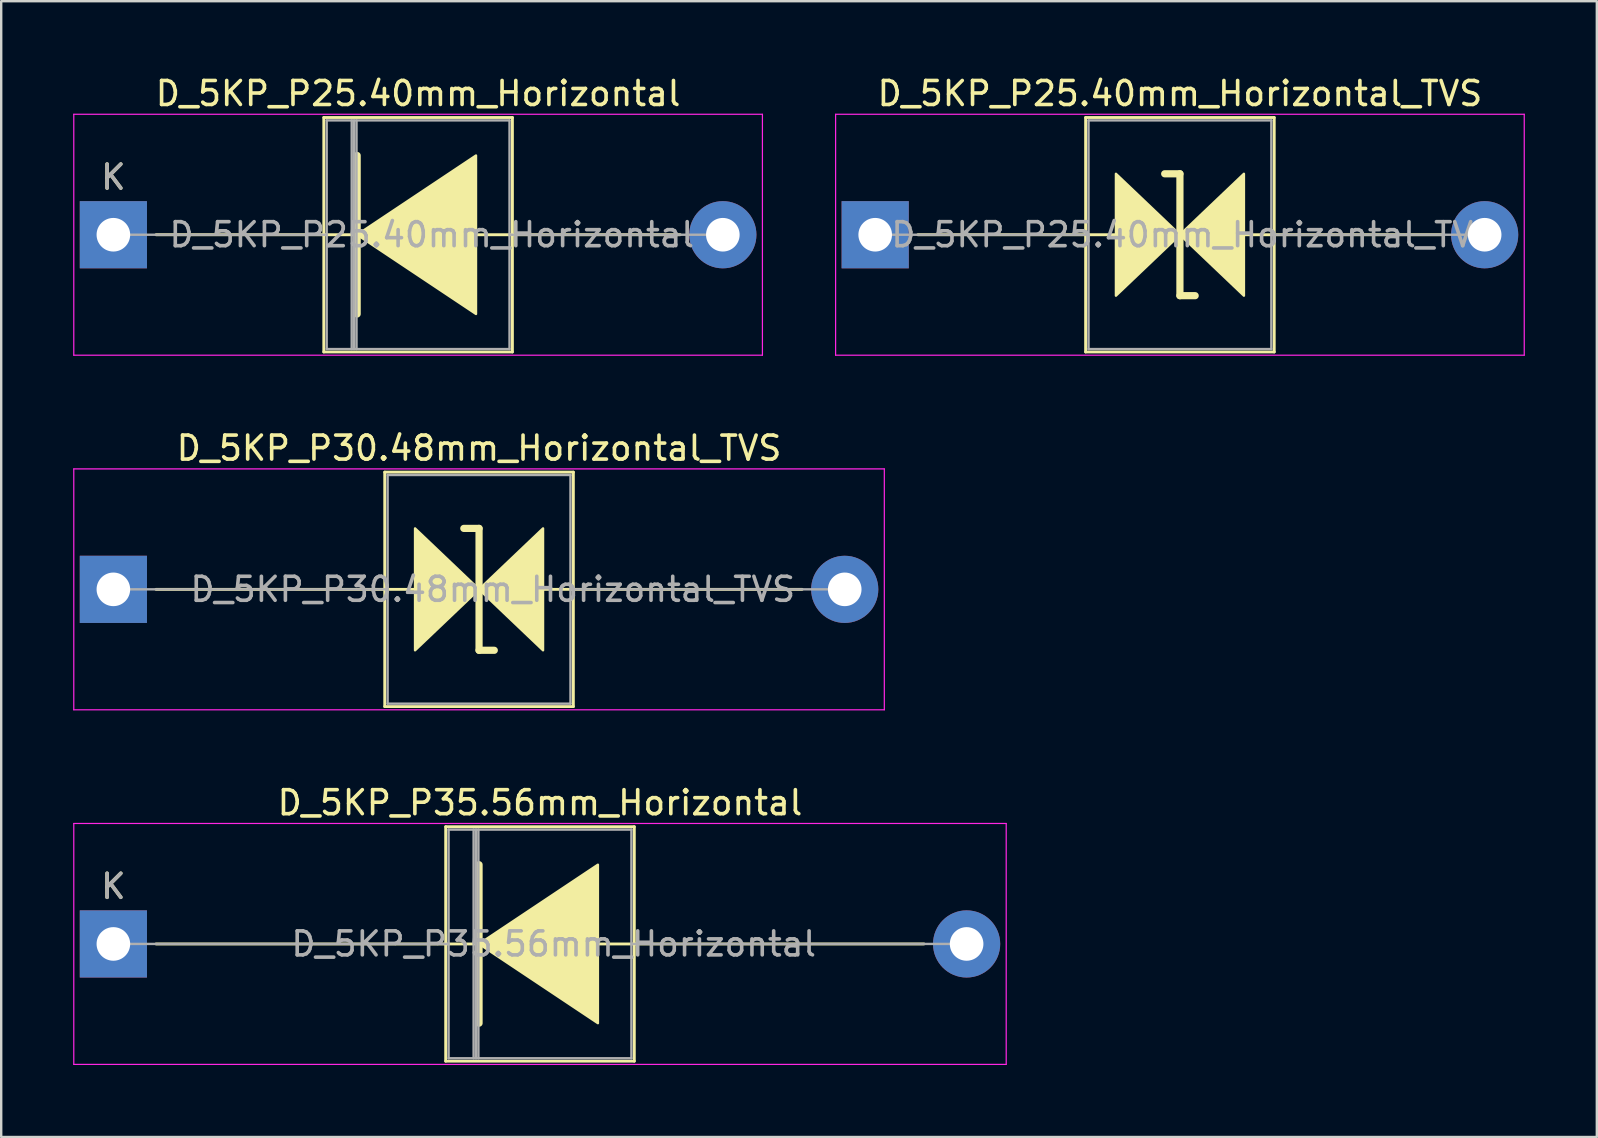
<source format=kicad_pcb>
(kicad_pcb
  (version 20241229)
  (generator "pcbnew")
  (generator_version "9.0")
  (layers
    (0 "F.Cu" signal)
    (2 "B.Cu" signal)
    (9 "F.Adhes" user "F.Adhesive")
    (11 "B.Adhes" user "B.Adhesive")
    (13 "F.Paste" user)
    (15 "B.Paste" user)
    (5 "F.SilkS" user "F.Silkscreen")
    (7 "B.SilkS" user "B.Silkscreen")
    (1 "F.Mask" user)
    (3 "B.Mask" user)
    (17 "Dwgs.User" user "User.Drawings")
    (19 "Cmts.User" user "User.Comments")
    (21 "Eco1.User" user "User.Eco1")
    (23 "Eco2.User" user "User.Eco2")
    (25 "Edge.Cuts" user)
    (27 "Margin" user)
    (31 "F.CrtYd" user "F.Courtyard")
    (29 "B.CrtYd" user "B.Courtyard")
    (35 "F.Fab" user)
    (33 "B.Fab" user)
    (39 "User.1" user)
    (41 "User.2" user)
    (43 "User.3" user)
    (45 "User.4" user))
  (footprint "D_5KP_P25.40mm_Horizontal"
    (layer "F.Cu")
    (at 1.675 6.733)
    (property "Reference" "D_5KP_P25.40mm_Horizontal" (at 12.7 -5.885 0) (layer "F.SilkS") (effects (font (size 1 1) (thickness 0.15))))
    (attr through_hole)
    (fp_line (start 1.778 0) (end 10.033 0) (stroke (width 0.12) (type solid)) (layer "F.SilkS"))
    (fp_line (start 8.77 -4.885) (end 8.77 4.885) (stroke (width 0.12) (type solid)) (layer "F.SilkS"))
    (fp_line (start 8.77 4.885) (end 16.63 4.885) (stroke (width 0.12) (type solid)) (layer "F.SilkS"))
    (fp_line (start 10.16 -3.302) (end 10.16 3.302) (stroke (width 0.3) (type solid)) (layer "F.SilkS"))
    (fp_line (start 16.63 -4.885) (end 8.77 -4.885) (stroke (width 0.12) (type solid)) (layer "F.SilkS"))
    (fp_line (start 16.63 4.885) (end 16.63 -4.885) (stroke (width 0.12) (type solid)) (layer "F.SilkS"))
    (fp_line (start 23.622 0) (end 15.15 0) (stroke (width 0.12) (type solid)) (layer "F.SilkS"))
    (fp_poly (pts (xy 15.113 3.302) (xy 10.16 0) (xy 15.113 -3.302)) (stroke (width 0.1) (type solid)) (fill yes) (layer "F.SilkS"))
    (fp_line (start -1.65 -5.02) (end -1.65 5.02) (stroke (width 0.05) (type solid)) (layer "F.CrtYd"))
    (fp_line (start -1.65 5.02) (end 27.05 5.02) (stroke (width 0.05) (type solid)) (layer "F.CrtYd"))
    (fp_line (start 27.05 -5.02) (end -1.65 -5.02) (stroke (width 0.05) (type solid)) (layer "F.CrtYd"))
    (fp_line (start 27.05 5.02) (end 27.05 -5.02) (stroke (width 0.05) (type solid)) (layer "F.CrtYd"))
    (fp_line (start 0 0) (end 8.89 0) (stroke (width 0.1) (type solid)) (layer "F.Fab"))
    (fp_line (start 8.89 -4.765) (end 8.89 4.765) (stroke (width 0.1) (type solid)) (layer "F.Fab"))
    (fp_line (start 8.89 4.765) (end 16.51 4.765) (stroke (width 0.1) (type solid)) (layer "F.Fab"))
    (fp_line (start 9.933 -4.765) (end 9.933 4.765) (stroke (width 0.1) (type solid)) (layer "F.Fab"))
    (fp_line (start 10.033 -4.765) (end 10.033 4.765) (stroke (width 0.1) (type solid)) (layer "F.Fab"))
    (fp_line (start 10.133 -4.765) (end 10.133 4.765) (stroke (width 0.1) (type solid)) (layer "F.Fab"))
    (fp_line (start 16.51 -4.765) (end 8.89 -4.765) (stroke (width 0.1) (type solid)) (layer "F.Fab"))
    (fp_line (start 16.51 4.765) (end 16.51 -4.765) (stroke (width 0.1) (type solid)) (layer "F.Fab"))
    (fp_line (start 25.4 0) (end 16.51 0) (stroke (width 0.1) (type solid)) (layer "F.Fab"))
    (fp_text user "K" (at 0 -2.4 0) (layer "F.SilkS") (effects (font (size 1 1) (thickness 0.15))))
    (fp_text user "K" (at 0 -2.4 0) (layer "F.Fab") (effects (font (size 1 1) (thickness 0.15))))
    (fp_text user "${REFERENCE}" (at 13.271 0 0) (layer "F.Fab") (effects (font (size 1 1) (thickness 0.15))))
    (pad "1" thru_hole rect (at 0 0) (size 2.8 2.8) (drill 1.4) (layers "*.Cu" "*.Mask"))
    (pad "2" thru_hole oval (at 25.4 0) (size 2.8 2.8) (drill 1.4) (layers "*.Cu" "*.Mask")))
  (footprint "D_5KP_P35.56mm_Horizontal"
    (layer "F.Cu")
    (at 1.675 36.29)
    (property "Reference" "D_5KP_P35.56mm_Horizontal" (at 17.78 -5.885 0) (layer "F.SilkS") (effects (font (size 1 1) (thickness 0.15))))
    (attr through_hole)
    (fp_line (start 1.778 0) (end 15.113 0) (stroke (width 0.12) (type solid)) (layer "F.SilkS"))
    (fp_line (start 13.85 -4.885) (end 13.85 4.885) (stroke (width 0.12) (type solid)) (layer "F.SilkS"))
    (fp_line (start 13.85 4.885) (end 21.71 4.885) (stroke (width 0.12) (type solid)) (layer "F.SilkS"))
    (fp_line (start 15.24 -3.302) (end 15.24 3.302) (stroke (width 0.3) (type solid)) (layer "F.SilkS"))
    (fp_line (start 21.71 -4.885) (end 13.85 -4.885) (stroke (width 0.12) (type solid)) (layer "F.SilkS"))
    (fp_line (start 21.71 4.885) (end 21.71 -4.885) (stroke (width 0.12) (type solid)) (layer "F.SilkS"))
    (fp_line (start 33.782 0) (end 20.23 0) (stroke (width 0.12) (type solid)) (layer "F.SilkS"))
    (fp_poly (pts (xy 20.193 3.302) (xy 15.24 0) (xy 20.193 -3.302)) (stroke (width 0.1) (type solid)) (fill yes) (layer "F.SilkS"))
    (fp_line (start -1.65 -5.02) (end -1.65 5.02) (stroke (width 0.05) (type solid)) (layer "F.CrtYd"))
    (fp_line (start -1.65 5.02) (end 37.21 5.02) (stroke (width 0.05) (type solid)) (layer "F.CrtYd"))
    (fp_line (start 37.21 -5.02) (end -1.65 -5.02) (stroke (width 0.05) (type solid)) (layer "F.CrtYd"))
    (fp_line (start 37.21 5.02) (end 37.21 -5.02) (stroke (width 0.05) (type solid)) (layer "F.CrtYd"))
    (fp_line (start 0 0) (end 13.97 0) (stroke (width 0.1) (type solid)) (layer "F.Fab"))
    (fp_line (start 13.97 -4.765) (end 13.97 4.765) (stroke (width 0.1) (type solid)) (layer "F.Fab"))
    (fp_line (start 13.97 4.765) (end 21.59 4.765) (stroke (width 0.1) (type solid)) (layer "F.Fab"))
    (fp_line (start 15.013 -4.765) (end 15.013 4.765) (stroke (width 0.1) (type solid)) (layer "F.Fab"))
    (fp_line (start 15.113 -4.765) (end 15.113 4.765) (stroke (width 0.1) (type solid)) (layer "F.Fab"))
    (fp_line (start 15.213 -4.765) (end 15.213 4.765) (stroke (width 0.1) (type solid)) (layer "F.Fab"))
    (fp_line (start 21.59 -4.765) (end 13.97 -4.765) (stroke (width 0.1) (type solid)) (layer "F.Fab"))
    (fp_line (start 21.59 4.765) (end 21.59 -4.765) (stroke (width 0.1) (type solid)) (layer "F.Fab"))
    (fp_line (start 35.56 0) (end 21.59 0) (stroke (width 0.1) (type solid)) (layer "F.Fab"))
    (fp_text user "K" (at 0 -2.4 0) (layer "F.SilkS") (effects (font (size 1 1) (thickness 0.15))))
    (fp_text user "K" (at 0 -2.4 0) (layer "F.Fab") (effects (font (size 1 1) (thickness 0.15))))
    (fp_text user "${REFERENCE}" (at 18.352 0 0) (layer "F.Fab") (effects (font (size 1 1) (thickness 0.15))))
    (pad "1" thru_hole rect (at 0 0) (size 2.8 2.8) (drill 1.4) (layers "*.Cu" "*.Mask"))
    (pad "2" thru_hole oval (at 35.56 0) (size 2.8 2.8) (drill 1.4) (layers "*.Cu" "*.Mask")))
  (footprint "D_5KP_P30.48mm_Horizontal_TVS"
    (layer "F.Cu")
    (at 1.675 21.512)
    (property "Reference" "D_5KP_P30.48mm_Horizontal_TVS" (at 15.24 -5.885 0) (layer "F.SilkS") (effects (font (size 1 1) (thickness 0.15))))
    (attr through_hole)
    (fp_line (start 1.778 0) (end 12.573 0) (stroke (width 0.12) (type solid)) (layer "F.SilkS"))
    (fp_line (start 11.31 -4.885) (end 11.31 4.885) (stroke (width 0.12) (type solid)) (layer "F.SilkS"))
    (fp_line (start 11.31 4.885) (end 19.17 4.885) (stroke (width 0.12) (type solid)) (layer "F.SilkS"))
    (fp_line (start 15.24 -2.54) (end 14.605 -2.54) (stroke (width 0.3) (type solid)) (layer "F.SilkS"))
    (fp_line (start 15.24 2.54) (end 15.24 -2.54) (stroke (width 0.3) (type solid)) (layer "F.SilkS"))
    (fp_line (start 15.875 2.54) (end 15.24 2.54) (stroke (width 0.3) (type solid)) (layer "F.SilkS"))
    (fp_line (start 19.17 -4.885) (end 11.31 -4.885) (stroke (width 0.12) (type solid)) (layer "F.SilkS"))
    (fp_line (start 19.17 4.885) (end 19.17 -4.885) (stroke (width 0.12) (type solid)) (layer "F.SilkS"))
    (fp_line (start 28.702 0) (end 17.907 0) (stroke (width 0.12) (type solid)) (layer "F.SilkS"))
    (fp_poly (pts (xy 15.24 0) (xy 12.573 2.54) (xy 12.573 -2.54)) (stroke (width 0.1) (type solid)) (fill yes) (layer "F.SilkS"))
    (fp_poly (pts (xy 15.24 0) (xy 17.907 -2.54) (xy 17.907 2.54)) (stroke (width 0.1) (type solid)) (fill yes) (layer "F.SilkS"))
    (fp_line (start -1.65 -5.02) (end -1.65 5.02) (stroke (width 0.05) (type solid)) (layer "F.CrtYd"))
    (fp_line (start -1.65 5.02) (end 32.13 5.02) (stroke (width 0.05) (type solid)) (layer "F.CrtYd"))
    (fp_line (start 32.13 -5.02) (end -1.65 -5.02) (stroke (width 0.05) (type solid)) (layer "F.CrtYd"))
    (fp_line (start 32.13 5.02) (end 32.13 -5.02) (stroke (width 0.05) (type solid)) (layer "F.CrtYd"))
    (fp_line (start 0 0) (end 11.43 0) (stroke (width 0.1) (type solid)) (layer "F.Fab"))
    (fp_line (start 11.43 -4.765) (end 11.43 4.765) (stroke (width 0.1) (type solid)) (layer "F.Fab"))
    (fp_line (start 11.43 4.765) (end 19.05 4.765) (stroke (width 0.1) (type solid)) (layer "F.Fab"))
    (fp_line (start 19.05 -4.765) (end 11.43 -4.765) (stroke (width 0.1) (type solid)) (layer "F.Fab"))
    (fp_line (start 19.05 4.765) (end 19.05 -4.765) (stroke (width 0.1) (type solid)) (layer "F.Fab"))
    (fp_line (start 30.48 0) (end 19.05 0) (stroke (width 0.1) (type solid)) (layer "F.Fab"))
    (fp_text user "${REFERENCE}" (at 15.812 0 0) (layer "F.Fab") (effects (font (size 1 1) (thickness 0.15))))
    (pad "1" thru_hole rect (at 0 0) (size 2.8 2.8) (drill 1.4) (layers "*.Cu" "*.Mask"))
    (pad "2" thru_hole oval (at 30.48 0) (size 2.8 2.8) (drill 1.4) (layers "*.Cu" "*.Mask")))
  (footprint "D_5KP_P25.40mm_Horizontal_TVS"
    (layer "F.Cu")
    (at 33.425 6.733)
    (property "Reference" "D_5KP_P25.40mm_Horizontal_TVS" (at 12.7 -5.885 0) (layer "F.SilkS") (effects (font (size 1 1) (thickness 0.15))))
    (attr through_hole)
    (fp_line (start 1.778 0) (end 10.033 0) (stroke (width 0.12) (type solid)) (layer "F.SilkS"))
    (fp_line (start 8.77 -4.885) (end 8.77 4.885) (stroke (width 0.12) (type solid)) (layer "F.SilkS"))
    (fp_line (start 8.77 4.885) (end 16.63 4.885) (stroke (width 0.12) (type solid)) (layer "F.SilkS"))
    (fp_line (start 12.7 -2.54) (end 12.065 -2.54) (stroke (width 0.3) (type solid)) (layer "F.SilkS"))
    (fp_line (start 12.7 2.54) (end 12.7 -2.54) (stroke (width 0.3) (type solid)) (layer "F.SilkS"))
    (fp_line (start 13.335 2.54) (end 12.7 2.54) (stroke (width 0.3) (type solid)) (layer "F.SilkS"))
    (fp_line (start 16.63 -4.885) (end 8.77 -4.885) (stroke (width 0.12) (type solid)) (layer "F.SilkS"))
    (fp_line (start 16.63 4.885) (end 16.63 -4.885) (stroke (width 0.12) (type solid)) (layer "F.SilkS"))
    (fp_line (start 23.622 0) (end 15.367 0) (stroke (width 0.12) (type solid)) (layer "F.SilkS"))
    (fp_poly (pts (xy 12.7 0) (xy 10.033 2.54) (xy 10.033 -2.54)) (stroke (width 0.1) (type solid)) (fill yes) (layer "F.SilkS"))
    (fp_poly (pts (xy 12.7 0) (xy 15.367 -2.54) (xy 15.367 2.54)) (stroke (width 0.1) (type solid)) (fill yes) (layer "F.SilkS"))
    (fp_line (start -1.65 -5.02) (end -1.65 5.02) (stroke (width 0.05) (type solid)) (layer "F.CrtYd"))
    (fp_line (start -1.65 5.02) (end 27.05 5.02) (stroke (width 0.05) (type solid)) (layer "F.CrtYd"))
    (fp_line (start 27.05 -5.02) (end -1.65 -5.02) (stroke (width 0.05) (type solid)) (layer "F.CrtYd"))
    (fp_line (start 27.05 5.02) (end 27.05 -5.02) (stroke (width 0.05) (type solid)) (layer "F.CrtYd"))
    (fp_line (start 0 0) (end 8.89 0) (stroke (width 0.1) (type solid)) (layer "F.Fab"))
    (fp_line (start 8.89 -4.765) (end 8.89 4.765) (stroke (width 0.1) (type solid)) (layer "F.Fab"))
    (fp_line (start 8.89 4.765) (end 16.51 4.765) (stroke (width 0.1) (type solid)) (layer "F.Fab"))
    (fp_line (start 16.51 -4.765) (end 8.89 -4.765) (stroke (width 0.1) (type solid)) (layer "F.Fab"))
    (fp_line (start 16.51 4.765) (end 16.51 -4.765) (stroke (width 0.1) (type solid)) (layer "F.Fab"))
    (fp_line (start 25.4 0) (end 16.51 0) (stroke (width 0.1) (type solid)) (layer "F.Fab"))
    (fp_text user "${REFERENCE}" (at 13.271 0 0) (layer "F.Fab") (effects (font (size 1 1) (thickness 0.15))))
    (pad "1" thru_hole rect (at 0 0) (size 2.8 2.8) (drill 1.4) (layers "*.Cu" "*.Mask"))
    (pad "2" thru_hole oval (at 25.4 0) (size 2.8 2.8) (drill 1.4) (layers "*.Cu" "*.Mask")))
  (gr_rect
    (start -3 -3)
    (end 63.5 44.335)
    (stroke (width 0.1) (type default))
    (fill no)
    (layer "Edge.Cuts")))
</source>
